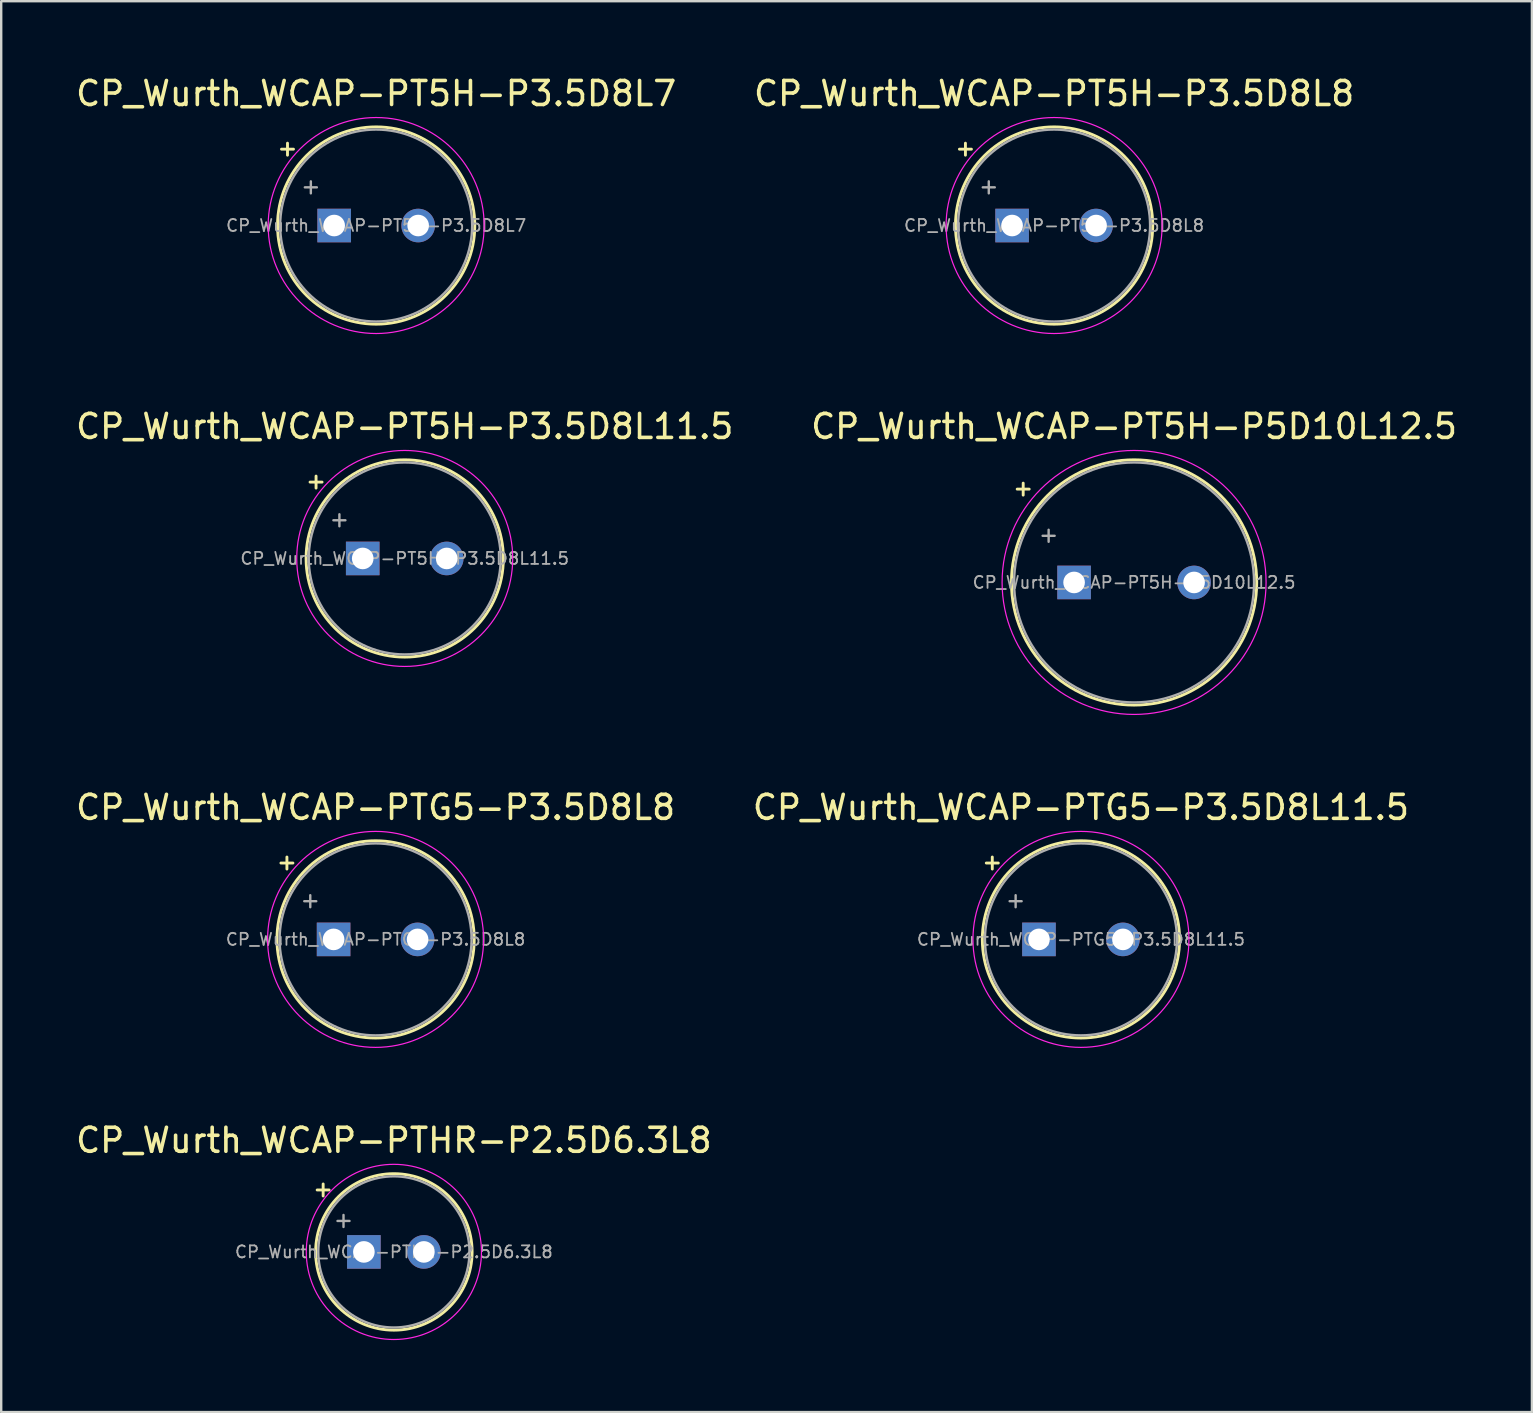
<source format=kicad_pcb>
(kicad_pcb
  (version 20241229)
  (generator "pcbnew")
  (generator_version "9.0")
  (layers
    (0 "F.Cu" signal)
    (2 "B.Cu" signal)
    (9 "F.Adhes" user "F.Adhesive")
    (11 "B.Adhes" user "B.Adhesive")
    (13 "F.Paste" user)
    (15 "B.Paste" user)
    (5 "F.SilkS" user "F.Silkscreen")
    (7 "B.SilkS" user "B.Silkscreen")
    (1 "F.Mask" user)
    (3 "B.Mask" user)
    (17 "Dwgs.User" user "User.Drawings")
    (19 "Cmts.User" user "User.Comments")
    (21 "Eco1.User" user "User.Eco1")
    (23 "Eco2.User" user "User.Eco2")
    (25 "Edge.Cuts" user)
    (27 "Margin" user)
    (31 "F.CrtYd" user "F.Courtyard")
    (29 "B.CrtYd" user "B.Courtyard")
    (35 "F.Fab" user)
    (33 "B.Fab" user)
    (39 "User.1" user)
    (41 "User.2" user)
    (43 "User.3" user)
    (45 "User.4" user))
  (footprint "CP_Wurth_WCAP-PT5H-P3.5D8L8"
    (layer "F.Cu")
    (at 39.125 6.348)
    (property "Reference" "CP_Wurth_WCAP-PT5H-P3.5D8L8" (at 1.75 -5.5 0) (unlocked yes) (layer "F.SilkS") (effects (font (size 1 1) (thickness 0.15))))
    (attr through_hole)
    (fp_line (start -2.195 -3.182) (end -1.695 -3.182) (stroke (width 0.12) (type solid)) (layer "F.SilkS"))
    (fp_line (start -1.945 -2.932) (end -1.945 -3.432) (stroke (width 0.12) (type solid)) (layer "F.SilkS"))
    (fp_circle (center 1.75 0) (end 5.86 0) (stroke (width 0.12) (type solid)) (fill no) (layer "F.SilkS"))
    (fp_circle (center 1.75 0) (end 6.25 0) (stroke (width 0.05) (type solid)) (fill no) (layer "F.CrtYd"))
    (fp_line (start -1.222 -1.591) (end -0.722 -1.591) (stroke (width 0.1) (type default)) (layer "F.Fab"))
    (fp_line (start -0.972 -1.341) (end -0.972 -1.841) (stroke (width 0.1) (type default)) (layer "F.Fab"))
    (fp_circle (center 1.75 0) (end 5.75 0) (stroke (width 0.1) (type solid)) (fill no) (layer "F.Fab"))
    (fp_text user "${REFERENCE}" (at 1.75 0 0) (unlocked yes) (layer "F.Fab") (effects (font (size 0.5 0.5) (thickness 0.075))))
    (pad "1" thru_hole rect (at 0 0) (size 1.4 1.4) (drill 0.9) (layers "*.Cu" "*.Mask"))
    (pad "2" thru_hole circle (at 3.5 0) (size 1.4 1.4) (drill 0.9) (layers "*.Cu" "*.Mask")))
  (footprint "CP_Wurth_WCAP-PT5H-P3.5D8L11.5"
    (layer "F.Cu")
    (at 12.065 20.221)
    (property "Reference" "CP_Wurth_WCAP-PT5H-P3.5D8L11.5" (at 1.75 -5.5 0) (unlocked yes) (layer "F.SilkS") (effects (font (size 1 1) (thickness 0.15))))
    (attr through_hole)
    (fp_line (start -2.195 -3.182) (end -1.695 -3.182) (stroke (width 0.12) (type solid)) (layer "F.SilkS"))
    (fp_line (start -1.945 -2.932) (end -1.945 -3.432) (stroke (width 0.12) (type solid)) (layer "F.SilkS"))
    (fp_circle (center 1.75 0) (end 5.86 0) (stroke (width 0.12) (type solid)) (fill no) (layer "F.SilkS"))
    (fp_circle (center 1.75 0) (end 6.25 0) (stroke (width 0.05) (type solid)) (fill no) (layer "F.CrtYd"))
    (fp_line (start -1.222 -1.591) (end -0.722 -1.591) (stroke (width 0.1) (type default)) (layer "F.Fab"))
    (fp_line (start -0.972 -1.341) (end -0.972 -1.841) (stroke (width 0.1) (type default)) (layer "F.Fab"))
    (fp_circle (center 1.75 0) (end 5.75 0) (stroke (width 0.1) (type solid)) (fill no) (layer "F.Fab"))
    (fp_text user "${REFERENCE}" (at 1.75 0 0) (unlocked yes) (layer "F.Fab") (effects (font (size 0.5 0.5) (thickness 0.075))))
    (pad "1" thru_hole rect (at 0 0) (size 1.4 1.4) (drill 0.9) (layers "*.Cu" "*.Mask"))
    (pad "2" thru_hole circle (at 3.5 0) (size 1.4 1.4) (drill 0.9) (layers "*.Cu" "*.Mask")))
  (footprint "CP_Wurth_WCAP-PTG5-P3.5D8L8"
    (layer "F.Cu")
    (at 10.851 36.095)
    (property "Reference" "CP_Wurth_WCAP-PTG5-P3.5D8L8" (at 1.75 -5.5 0) (unlocked yes) (layer "F.SilkS") (effects (font (size 1 1) (thickness 0.15))))
    (attr through_hole)
    (fp_line (start -2.195 -3.182) (end -1.695 -3.182) (stroke (width 0.12) (type solid)) (layer "F.SilkS"))
    (fp_line (start -1.945 -2.932) (end -1.945 -3.432) (stroke (width 0.12) (type solid)) (layer "F.SilkS"))
    (fp_circle (center 1.75 0) (end 5.86 0) (stroke (width 0.12) (type solid)) (fill no) (layer "F.SilkS"))
    (fp_circle (center 1.75 0) (end 6.25 0) (stroke (width 0.05) (type solid)) (fill no) (layer "F.CrtYd"))
    (fp_line (start -1.222 -1.591) (end -0.722 -1.591) (stroke (width 0.1) (type default)) (layer "F.Fab"))
    (fp_line (start -0.972 -1.341) (end -0.972 -1.841) (stroke (width 0.1) (type default)) (layer "F.Fab"))
    (fp_circle (center 1.75 0) (end 5.75 0) (stroke (width 0.1) (type solid)) (fill no) (layer "F.Fab"))
    (fp_text user "${REFERENCE}" (at 1.75 0 0) (unlocked yes) (layer "F.Fab") (effects (font (size 0.5 0.5) (thickness 0.075))))
    (pad "1" thru_hole rect (at 0 0) (size 1.4 1.4) (drill 0.9) (layers "*.Cu" "*.Mask"))
    (pad "2" thru_hole circle (at 3.5 0) (size 1.4 1.4) (drill 0.9) (layers "*.Cu" "*.Mask")))
  (footprint "CP_Wurth_WCAP-PTG5-P3.5D8L11.5"
    (layer "F.Cu")
    (at 40.244 36.095)
    (property "Reference" "CP_Wurth_WCAP-PTG5-P3.5D8L11.5" (at 1.75 -5.5 0) (unlocked yes) (layer "F.SilkS") (effects (font (size 1 1) (thickness 0.15))))
    (attr through_hole)
    (fp_line (start -2.195 -3.182) (end -1.695 -3.182) (stroke (width 0.12) (type solid)) (layer "F.SilkS"))
    (fp_line (start -1.945 -2.932) (end -1.945 -3.432) (stroke (width 0.12) (type solid)) (layer "F.SilkS"))
    (fp_circle (center 1.75 0) (end 5.86 0) (stroke (width 0.12) (type solid)) (fill no) (layer "F.SilkS"))
    (fp_circle (center 1.75 0) (end 6.25 0) (stroke (width 0.05) (type solid)) (fill no) (layer "F.CrtYd"))
    (fp_line (start -1.222 -1.591) (end -0.722 -1.591) (stroke (width 0.1) (type default)) (layer "F.Fab"))
    (fp_line (start -0.972 -1.341) (end -0.972 -1.841) (stroke (width 0.1) (type default)) (layer "F.Fab"))
    (fp_circle (center 1.75 0) (end 5.75 0) (stroke (width 0.1) (type solid)) (fill no) (layer "F.Fab"))
    (fp_text user "${REFERENCE}" (at 1.75 0 0) (unlocked yes) (layer "F.Fab") (effects (font (size 0.5 0.5) (thickness 0.075))))
    (pad "1" thru_hole rect (at 0 0) (size 1.4 1.4) (drill 0.9) (layers "*.Cu" "*.Mask"))
    (pad "2" thru_hole circle (at 3.5 0) (size 1.4 1.4) (drill 0.9) (layers "*.Cu" "*.Mask")))
  (footprint "CP_Wurth_WCAP-PT5H-P5D10L12.5"
    (layer "F.Cu")
    (at 41.708 21.221)
    (property "Reference" "CP_Wurth_WCAP-PT5H-P5D10L12.5" (at 2.5 -6.5 0) (unlocked yes) (layer "F.SilkS") (effects (font (size 1 1) (thickness 0.15))))
    (attr through_hole)
    (fp_line (start -2.371 -3.889) (end -1.871 -3.889) (stroke (width 0.12) (type solid)) (layer "F.SilkS"))
    (fp_line (start -2.121 -3.639) (end -2.121 -4.139) (stroke (width 0.12) (type solid)) (layer "F.SilkS"))
    (fp_circle (center 2.5 0) (end 7.61 0) (stroke (width 0.12) (type solid)) (fill no) (layer "F.SilkS"))
    (fp_circle (center 2.5 0) (end 8 0) (stroke (width 0.05) (type solid)) (fill no) (layer "F.CrtYd"))
    (fp_line (start -1.311 -1.945) (end -0.811 -1.945) (stroke (width 0.1) (type default)) (layer "F.Fab"))
    (fp_line (start -1.061 -1.695) (end -1.061 -2.195) (stroke (width 0.1) (type default)) (layer "F.Fab"))
    (fp_circle (center 2.5 0) (end 7.5 0) (stroke (width 0.1) (type solid)) (fill no) (layer "F.Fab"))
    (fp_text user "${REFERENCE}" (at 2.5 0 0) (unlocked yes) (layer "F.Fab") (effects (font (size 0.5 0.5) (thickness 0.075))))
    (pad "1" thru_hole rect (at 0 0) (size 1.4 1.4) (drill 0.9) (layers "*.Cu" "*.Mask"))
    (pad "2" thru_hole circle (at 5 0) (size 1.4 1.4) (drill 0.9) (layers "*.Cu" "*.Mask")))
  (footprint "CP_Wurth_WCAP-PTHR-P2.5D6.3L8"
    (layer "F.Cu")
    (at 12.113 49.118)
    (property "Reference" "CP_Wurth_WCAP-PTHR-P2.5D6.3L8" (at 1.25 -4.65 0) (unlocked yes) (layer "F.SilkS") (effects (font (size 1 1) (thickness 0.15))))
    (attr through_hole)
    (fp_line (start -1.947 -2.581) (end -1.447 -2.581) (stroke (width 0.12) (type solid)) (layer "F.SilkS"))
    (fp_line (start -1.697 -2.331) (end -1.697 -2.831) (stroke (width 0.12) (type solid)) (layer "F.SilkS"))
    (fp_circle (center 1.25 0) (end 4.51 0) (stroke (width 0.12) (type solid)) (fill no) (layer "F.SilkS"))
    (fp_circle (center 1.25 0) (end 4.9 0) (stroke (width 0.05) (type solid)) (fill no) (layer "F.CrtYd"))
    (fp_line (start -1.099 -1.29) (end -0.599 -1.29) (stroke (width 0.1) (type default)) (layer "F.Fab"))
    (fp_line (start -0.849 -1.04) (end -0.849 -1.54) (stroke (width 0.1) (type default)) (layer "F.Fab"))
    (fp_circle (center 1.25 0) (end 4.4 0) (stroke (width 0.1) (type solid)) (fill no) (layer "F.Fab"))
    (fp_text user "${REFERENCE}" (at 1.25 0 0) (unlocked yes) (layer "F.Fab") (effects (font (size 0.5 0.5) (thickness 0.075))))
    (pad "1" thru_hole rect (at 0 0) (size 1.4 1.4) (drill 0.9) (layers "*.Cu" "*.Mask"))
    (pad "2" thru_hole circle (at 2.5 0) (size 1.4 1.4) (drill 0.9) (layers "*.Cu" "*.Mask")))
  (footprint "CP_Wurth_WCAP-PT5H-P3.5D8L7"
    (layer "F.Cu")
    (at 10.875 6.348)
    (property "Reference" "CP_Wurth_WCAP-PT5H-P3.5D8L7" (at 1.75 -5.5 0) (unlocked yes) (layer "F.SilkS") (effects (font (size 1 1) (thickness 0.15))))
    (attr through_hole)
    (fp_line (start -2.195 -3.182) (end -1.695 -3.182) (stroke (width 0.12) (type solid)) (layer "F.SilkS"))
    (fp_line (start -1.945 -2.932) (end -1.945 -3.432) (stroke (width 0.12) (type solid)) (layer "F.SilkS"))
    (fp_circle (center 1.75 0) (end 5.86 0) (stroke (width 0.12) (type solid)) (fill no) (layer "F.SilkS"))
    (fp_circle (center 1.75 0) (end 6.25 0) (stroke (width 0.05) (type solid)) (fill no) (layer "F.CrtYd"))
    (fp_line (start -1.222 -1.591) (end -0.722 -1.591) (stroke (width 0.1) (type default)) (layer "F.Fab"))
    (fp_line (start -0.972 -1.341) (end -0.972 -1.841) (stroke (width 0.1) (type default)) (layer "F.Fab"))
    (fp_circle (center 1.75 0) (end 5.75 0) (stroke (width 0.1) (type solid)) (fill no) (layer "F.Fab"))
    (fp_text user "${REFERENCE}" (at 1.75 0 0) (unlocked yes) (layer "F.Fab") (effects (font (size 0.5 0.5) (thickness 0.075))))
    (pad "1" thru_hole rect (at 0 0) (size 1.4 1.4) (drill 0.9) (layers "*.Cu" "*.Mask"))
    (pad "2" thru_hole circle (at 3.5 0) (size 1.4 1.4) (drill 0.9) (layers "*.Cu" "*.Mask")))
  (gr_rect
    (start -3 -3)
    (end 60.786 55.793)
    (stroke (width 0.1) (type default))
    (fill no)
    (layer "Edge.Cuts")))
</source>
